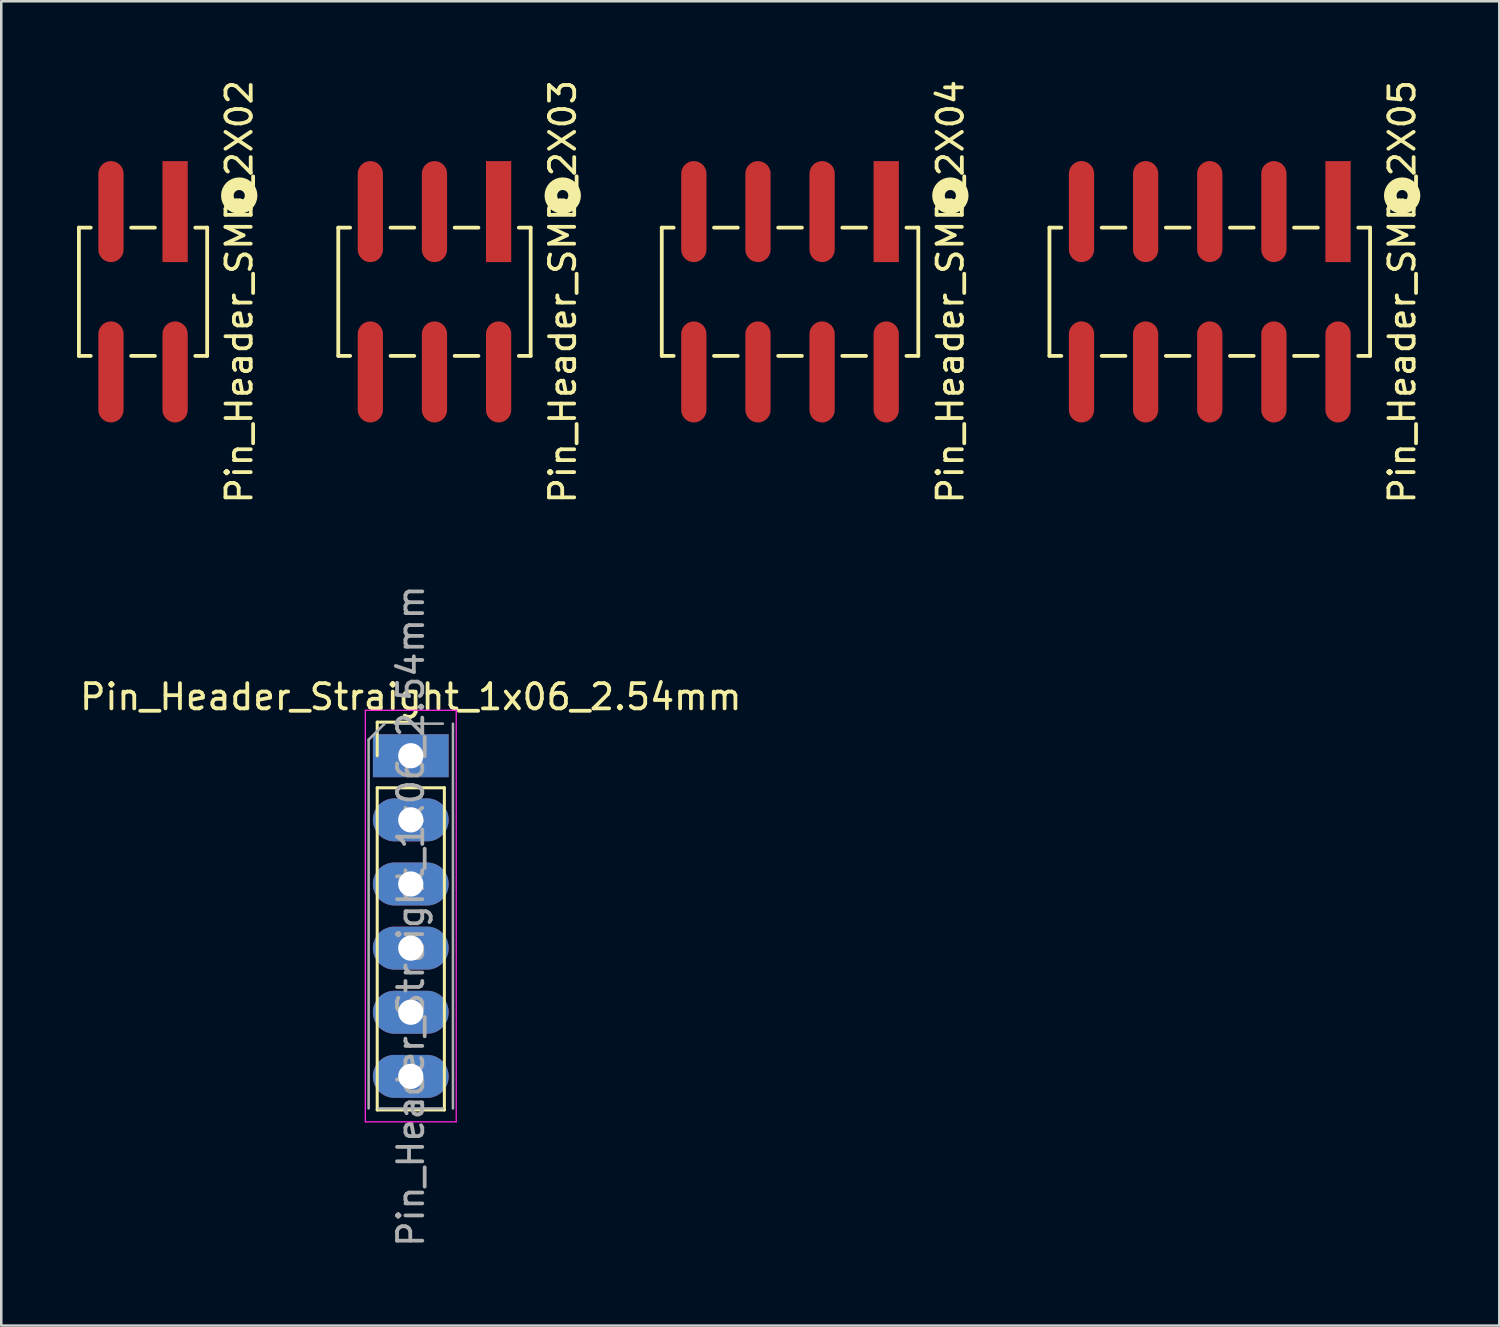
<source format=kicad_pcb>
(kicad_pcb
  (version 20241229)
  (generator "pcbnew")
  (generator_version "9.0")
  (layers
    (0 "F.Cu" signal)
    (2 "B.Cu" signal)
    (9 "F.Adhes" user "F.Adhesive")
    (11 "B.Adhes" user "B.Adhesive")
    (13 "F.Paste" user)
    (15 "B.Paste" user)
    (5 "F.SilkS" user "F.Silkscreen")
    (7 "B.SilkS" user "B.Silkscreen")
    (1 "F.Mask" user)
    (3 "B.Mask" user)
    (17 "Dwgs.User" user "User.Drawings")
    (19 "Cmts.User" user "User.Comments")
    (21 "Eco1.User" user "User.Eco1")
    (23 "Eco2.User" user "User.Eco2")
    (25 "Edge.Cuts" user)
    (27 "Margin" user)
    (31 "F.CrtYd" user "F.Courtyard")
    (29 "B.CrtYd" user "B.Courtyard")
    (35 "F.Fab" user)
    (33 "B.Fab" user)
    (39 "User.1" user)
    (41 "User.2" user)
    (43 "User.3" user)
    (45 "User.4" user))
  (footprint "Pin_Header_Straight_1x06_2.54mm"
    (layer "F.Cu")
    (at 13.22 26.882)
    (property "Reference" "Pin_Header_Straight_1x06_2.54mm" (at 0 -2.33 0) (layer "F.SilkS") (effects (font (size 1 1) (thickness 0.15))))
    (attr through_hole)
    (fp_line (start -1.33 -1.33) (end 0 -1.33) (stroke (width 0.12) (type solid)) (layer "F.SilkS"))
    (fp_line (start -1.33 0) (end -1.33 -1.33) (stroke (width 0.12) (type solid)) (layer "F.SilkS"))
    (fp_line (start -1.33 1.27) (end -1.33 14.03) (stroke (width 0.12) (type solid)) (layer "F.SilkS"))
    (fp_line (start -1.33 1.27) (end 1.33 1.27) (stroke (width 0.12) (type solid)) (layer "F.SilkS"))
    (fp_line (start -1.33 14.03) (end 1.33 14.03) (stroke (width 0.12) (type solid)) (layer "F.SilkS"))
    (fp_line (start 1.33 1.27) (end 1.33 14.03) (stroke (width 0.12) (type solid)) (layer "F.SilkS"))
    (fp_line (start -1.8 -1.8) (end -1.8 14.5) (stroke (width 0.05) (type solid)) (layer "F.CrtYd"))
    (fp_line (start -1.8 14.5) (end 1.8 14.5) (stroke (width 0.05) (type solid)) (layer "F.CrtYd"))
    (fp_line (start 1.8 -1.8) (end -1.8 -1.8) (stroke (width 0.05) (type solid)) (layer "F.CrtYd"))
    (fp_line (start 1.8 14.5) (end 1.8 -1.8) (stroke (width 0.05) (type solid)) (layer "F.CrtYd"))
    (fp_line (start -1.67 -0.635) (end -1.035 -1.27) (stroke (width 0.1) (type solid)) (layer "F.Fab"))
    (fp_line (start -1.67 13.97) (end -1.67 -0.635) (stroke (width 0.1) (type solid)) (layer "F.Fab"))
    (fp_line (start -0.635 -1.27) (end 1.27 -1.27) (stroke (width 0.1) (type solid)) (layer "F.Fab"))
    (fp_line (start 1.27 13.97) (end -1.27 13.97) (stroke (width 0.1) (type solid)) (layer "F.Fab"))
    (fp_line (start 1.67 -1.27) (end 1.67 13.97) (stroke (width 0.1) (type solid)) (layer "F.Fab"))
    (fp_text user "${REFERENCE}" (at 0 6.35 90) (layer "F.Fab") (effects (font (size 1 1) (thickness 0.15))))
    (pad "1" thru_hole rect (at 0 0) (size 3 1.7) (drill 1) (layers "*.Cu" "*.Mask"))
    (pad "2" thru_hole oval (at 0 2.54) (size 3 1.7) (drill 1) (layers "*.Cu" "*.Mask"))
    (pad "3" thru_hole oval (at 0 5.08) (size 3 1.7) (drill 1) (layers "*.Cu" "*.Mask"))
    (pad "4" thru_hole oval (at 0 7.62) (size 3 1.7) (drill 1) (layers "*.Cu" "*.Mask"))
    (pad "5" thru_hole oval (at 0 10.16) (size 3 1.7) (drill 1) (layers "*.Cu" "*.Mask"))
    (pad "6" thru_hole oval (at 0 12.7) (size 3 1.7) (drill 1) (layers "*.Cu" "*.Mask")))
  (footprint "Pin_Header_SMD_2X02"
    (layer "F.Cu")
    (at 2.615 8.506)
    (property "Reference" "Pin_Header_SMD_2X02" (at 3.81 0 90) (layer "F.SilkS") (effects (font (size 1 1) (thickness 0.15))))
    (attr through_hole)
    (fp_line (start -2.54 -2.54) (end -2.54 2.54) (stroke (width 0.15) (type solid)) (layer "F.SilkS"))
    (fp_line (start -2.54 2.54) (end -2.07 2.54) (stroke (width 0.15) (type solid)) (layer "F.SilkS"))
    (fp_line (start -2.07 -2.54) (end -2.54 -2.54) (stroke (width 0.15) (type solid)) (layer "F.SilkS"))
    (fp_line (start -0.47 -2.54) (end 0.47 -2.54) (stroke (width 0.15) (type solid)) (layer "F.SilkS"))
    (fp_line (start -0.47 2.54) (end 0.47 2.54) (stroke (width 0.15) (type solid)) (layer "F.SilkS"))
    (fp_line (start 2.07 -2.54) (end 2.54 -2.54) (stroke (width 0.15) (type solid)) (layer "F.SilkS"))
    (fp_line (start 2.54 -2.54) (end 2.54 2.54) (stroke (width 0.15) (type solid)) (layer "F.SilkS"))
    (fp_line (start 2.54 2.54) (end 2.07 2.54) (stroke (width 0.15) (type solid)) (layer "F.SilkS"))
    (fp_circle (center 3.81 -3.81) (end 4.03 -3.81) (stroke (width 0.5) (type solid)) (fill no) (layer "F.SilkS"))
    (pad "1" smd rect (at 1.27 -3.175) (size 1 4) (layers "F.Cu" "F.Mask" "F.Paste"))
    (pad "2" smd oval (at 1.27 3.175) (size 1 4) (layers "F.Cu" "F.Mask" "F.Paste"))
    (pad "3" smd oval (at -1.27 -3.175) (size 1 4) (layers "F.Cu" "F.Mask" "F.Paste"))
    (pad "4" smd oval (at -1.27 3.175) (size 1 4) (layers "F.Cu" "F.Mask" "F.Paste")))
  (footprint "Pin_Header_SMD_2X04"
    (layer "F.Cu")
    (at 28.241 8.506)
    (property "Reference" "Pin_Header_SMD_2X04" (at 6.35 0 90) (layer "F.SilkS") (effects (font (size 1 1) (thickness 0.15))))
    (attr through_hole)
    (fp_line (start -5.08 -2.54) (end -5.08 2.54) (stroke (width 0.15) (type solid)) (layer "F.SilkS"))
    (fp_line (start -5.08 2.54) (end -4.61 2.54) (stroke (width 0.15) (type solid)) (layer "F.SilkS"))
    (fp_line (start -4.61 -2.54) (end -5.08 -2.54) (stroke (width 0.15) (type solid)) (layer "F.SilkS"))
    (fp_line (start -3.01 -2.54) (end -2.07 -2.54) (stroke (width 0.15) (type solid)) (layer "F.SilkS"))
    (fp_line (start -3.01 2.54) (end -2.07 2.54) (stroke (width 0.15) (type solid)) (layer "F.SilkS"))
    (fp_line (start 0.47 -2.54) (end -0.47 -2.54) (stroke (width 0.15) (type solid)) (layer "F.SilkS"))
    (fp_line (start 0.47 2.54) (end -0.47 2.54) (stroke (width 0.15) (type solid)) (layer "F.SilkS"))
    (fp_line (start 2.07 -2.54) (end 3.01 -2.54) (stroke (width 0.15) (type solid)) (layer "F.SilkS"))
    (fp_line (start 2.07 2.54) (end 3.01 2.54) (stroke (width 0.15) (type solid)) (layer "F.SilkS"))
    (fp_line (start 4.61 -2.54) (end 5.08 -2.54) (stroke (width 0.15) (type solid)) (layer "F.SilkS"))
    (fp_line (start 5.08 -2.54) (end 5.08 2.54) (stroke (width 0.15) (type solid)) (layer "F.SilkS"))
    (fp_line (start 5.08 2.54) (end 4.61 2.54) (stroke (width 0.15) (type solid)) (layer "F.SilkS"))
    (fp_circle (center 6.35 -3.81) (end 6.57 -3.81) (stroke (width 0.5) (type solid)) (fill no) (layer "F.SilkS"))
    (pad "1" smd rect (at 3.81 -3.175) (size 1 4) (layers "F.Cu" "F.Mask" "F.Paste"))
    (pad "2" smd oval (at 3.81 3.175) (size 1 4) (layers "F.Cu" "F.Mask" "F.Paste"))
    (pad "3" smd oval (at 1.27 -3.175) (size 1 4) (layers "F.Cu" "F.Mask" "F.Paste"))
    (pad "4" smd oval (at 1.27 3.175) (size 1 4) (layers "F.Cu" "F.Mask" "F.Paste"))
    (pad "5" smd oval (at -1.27 -3.175) (size 1 4) (layers "F.Cu" "F.Mask" "F.Paste"))
    (pad "6" smd oval (at -1.27 3.175) (size 1 4) (layers "F.Cu" "F.Mask" "F.Paste"))
    (pad "7" smd oval (at -3.81 -3.175) (size 1 4) (layers "F.Cu" "F.Mask" "F.Paste"))
    (pad "8" smd oval (at -3.81 3.175) (size 1 4) (layers "F.Cu" "F.Mask" "F.Paste")))
  (footprint "Pin_Header_SMD_2X05"
    (layer "F.Cu")
    (at 44.865 8.506)
    (property "Reference" "Pin_Header_SMD_2X05" (at 7.62 0 90) (layer "F.SilkS") (effects (font (size 1 1) (thickness 0.15))))
    (attr through_hole)
    (fp_line (start -6.35 -2.54) (end -6.35 2.54) (stroke (width 0.15) (type solid)) (layer "F.SilkS"))
    (fp_line (start -6.35 2.54) (end -5.88 2.54) (stroke (width 0.15) (type solid)) (layer "F.SilkS"))
    (fp_line (start -5.88 -2.54) (end -6.35 -2.54) (stroke (width 0.15) (type solid)) (layer "F.SilkS"))
    (fp_line (start -3.34 -2.54) (end -4.28 -2.54) (stroke (width 0.15) (type solid)) (layer "F.SilkS"))
    (fp_line (start -3.34 2.54) (end -4.28 2.54) (stroke (width 0.15) (type solid)) (layer "F.SilkS"))
    (fp_line (start -1.74 -2.54) (end -0.8 -2.54) (stroke (width 0.15) (type solid)) (layer "F.SilkS"))
    (fp_line (start -1.74 2.54) (end -0.8 2.54) (stroke (width 0.15) (type solid)) (layer "F.SilkS"))
    (fp_line (start 1.74 -2.54) (end 0.8 -2.54) (stroke (width 0.15) (type solid)) (layer "F.SilkS"))
    (fp_line (start 1.74 2.54) (end 0.8 2.54) (stroke (width 0.15) (type solid)) (layer "F.SilkS"))
    (fp_line (start 3.34 -2.54) (end 4.28 -2.54) (stroke (width 0.15) (type solid)) (layer "F.SilkS"))
    (fp_line (start 3.34 2.54) (end 4.28 2.54) (stroke (width 0.15) (type solid)) (layer "F.SilkS"))
    (fp_line (start 5.88 -2.54) (end 6.35 -2.54) (stroke (width 0.15) (type solid)) (layer "F.SilkS"))
    (fp_line (start 6.35 -2.54) (end 6.35 2.54) (stroke (width 0.15) (type solid)) (layer "F.SilkS"))
    (fp_line (start 6.35 2.54) (end 5.88 2.54) (stroke (width 0.15) (type solid)) (layer "F.SilkS"))
    (fp_circle (center 7.62 -3.81) (end 7.84 -3.81) (stroke (width 0.5) (type solid)) (fill no) (layer "F.SilkS"))
    (pad "1" smd rect (at 5.08 -3.175) (size 1 4) (layers "F.Cu" "F.Mask" "F.Paste"))
    (pad "2" smd oval (at 5.08 3.175) (size 1 4) (layers "F.Cu" "F.Mask" "F.Paste"))
    (pad "3" smd oval (at 2.54 -3.175) (size 1 4) (layers "F.Cu" "F.Mask" "F.Paste"))
    (pad "4" smd oval (at 2.54 3.175) (size 1 4) (layers "F.Cu" "F.Mask" "F.Paste"))
    (pad "5" smd oval (at 0 -3.175) (size 1 4) (layers "F.Cu" "F.Mask" "F.Paste"))
    (pad "6" smd oval (at 0 3.175) (size 1 4) (layers "F.Cu" "F.Mask" "F.Paste"))
    (pad "7" smd oval (at -2.54 -3.175) (size 1 4) (layers "F.Cu" "F.Mask" "F.Paste"))
    (pad "8" smd oval (at -2.54 3.175) (size 1 4) (layers "F.Cu" "F.Mask" "F.Paste"))
    (pad "9" smd oval (at -5.08 -3.175) (size 1 4) (layers "F.Cu" "F.Mask" "F.Paste"))
    (pad "10" smd oval (at -5.08 3.175) (size 1 4) (layers "F.Cu" "F.Mask" "F.Paste")))
  (footprint "Pin_Header_SMD_2X03"
    (layer "F.Cu")
    (at 14.158 8.506)
    (property "Reference" "Pin_Header_SMD_2X03" (at 5.08 0 90) (layer "F.SilkS") (effects (font (size 1 1) (thickness 0.15))))
    (attr through_hole)
    (fp_line (start -3.81 -2.54) (end -3.81 2.54) (stroke (width 0.15) (type solid)) (layer "F.SilkS"))
    (fp_line (start -3.81 2.54) (end -3.34 2.54) (stroke (width 0.15) (type solid)) (layer "F.SilkS"))
    (fp_line (start -3.34 -2.54) (end -3.81 -2.54) (stroke (width 0.15) (type solid)) (layer "F.SilkS"))
    (fp_line (start -0.8 -2.54) (end -1.74 -2.54) (stroke (width 0.15) (type solid)) (layer "F.SilkS"))
    (fp_line (start -0.8 2.54) (end -1.74 2.54) (stroke (width 0.15) (type solid)) (layer "F.SilkS"))
    (fp_line (start 0.8 -2.54) (end 1.74 -2.54) (stroke (width 0.15) (type solid)) (layer "F.SilkS"))
    (fp_line (start 0.8 2.54) (end 1.74 2.54) (stroke (width 0.15) (type solid)) (layer "F.SilkS"))
    (fp_line (start 3.34 -2.54) (end 3.81 -2.54) (stroke (width 0.15) (type solid)) (layer "F.SilkS"))
    (fp_line (start 3.81 -2.54) (end 3.81 2.54) (stroke (width 0.15) (type solid)) (layer "F.SilkS"))
    (fp_line (start 3.81 2.54) (end 3.34 2.54) (stroke (width 0.15) (type solid)) (layer "F.SilkS"))
    (fp_circle (center 5.08 -3.81) (end 5.3 -3.81) (stroke (width 0.5) (type solid)) (fill no) (layer "F.SilkS"))
    (pad "1" smd rect (at 2.54 -3.175) (size 1 4) (layers "F.Cu" "F.Mask" "F.Paste"))
    (pad "2" smd oval (at 2.54 3.175) (size 1 4) (layers "F.Cu" "F.Mask" "F.Paste"))
    (pad "3" smd oval (at 0 -3.175) (size 1 4) (layers "F.Cu" "F.Mask" "F.Paste"))
    (pad "4" smd oval (at 0 3.175) (size 1 4) (layers "F.Cu" "F.Mask" "F.Paste"))
    (pad "5" smd oval (at -2.54 -3.175) (size 1 4) (layers "F.Cu" "F.Mask" "F.Paste"))
    (pad "6" smd oval (at -2.54 3.175) (size 1 4) (layers "F.Cu" "F.Mask" "F.Paste")))
  (gr_rect
    (start -3 -3)
    (end 56.333 49.452)
    (stroke (width 0.1) (type default))
    (fill no)
    (layer "Edge.Cuts")))
</source>
